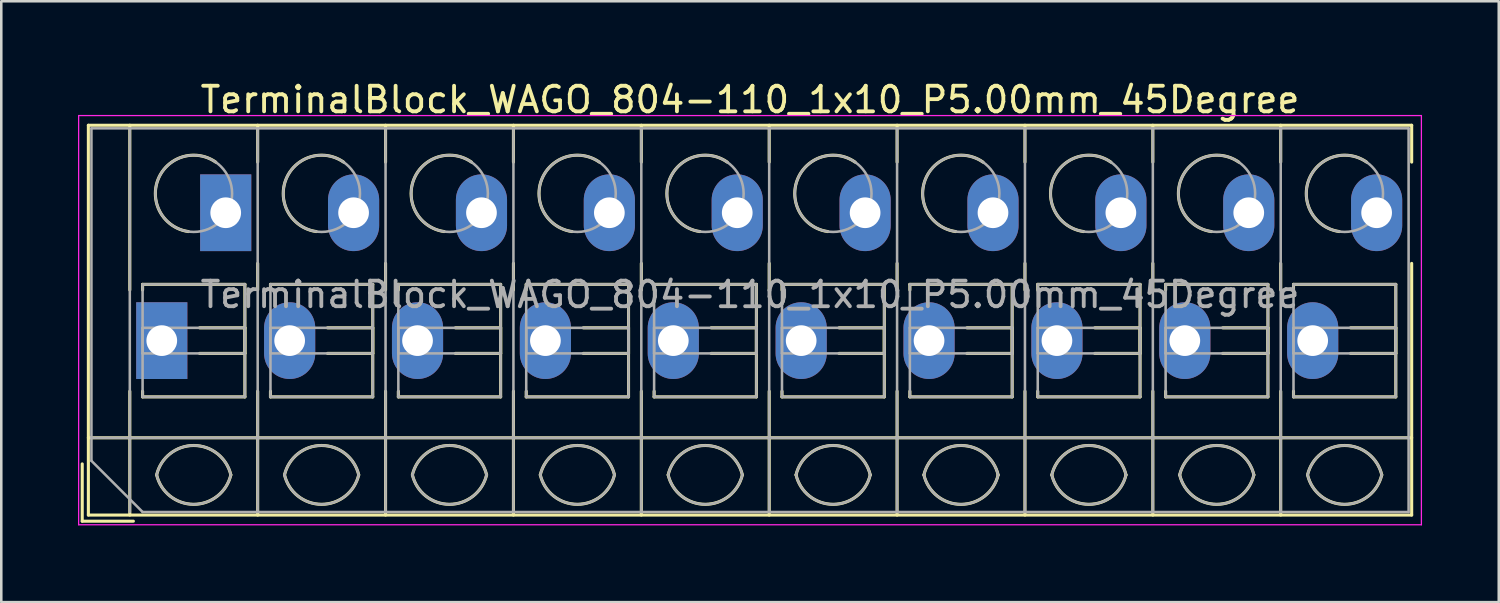
<source format=kicad_pcb>
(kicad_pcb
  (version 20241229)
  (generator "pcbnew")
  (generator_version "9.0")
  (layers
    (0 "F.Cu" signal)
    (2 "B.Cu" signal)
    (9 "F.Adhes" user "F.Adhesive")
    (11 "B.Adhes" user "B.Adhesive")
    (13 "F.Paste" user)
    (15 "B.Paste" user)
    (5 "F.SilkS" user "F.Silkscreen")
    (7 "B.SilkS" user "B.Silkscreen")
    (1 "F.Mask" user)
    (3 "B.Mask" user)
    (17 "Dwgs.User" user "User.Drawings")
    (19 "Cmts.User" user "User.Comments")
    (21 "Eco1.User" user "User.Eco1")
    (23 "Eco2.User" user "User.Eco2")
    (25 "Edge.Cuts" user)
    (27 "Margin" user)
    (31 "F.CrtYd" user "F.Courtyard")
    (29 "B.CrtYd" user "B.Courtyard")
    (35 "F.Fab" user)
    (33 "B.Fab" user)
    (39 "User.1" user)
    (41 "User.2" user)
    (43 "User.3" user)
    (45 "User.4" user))
  (footprint "TerminalBlock_WAGO_804-110_1x10_P5.00mm_45Degree"
    (layer "F.Cu")
    (at 3.275 10.268)
    (property "Reference" "TerminalBlock_WAGO_804-110_1x10_P5.00mm_45Degree" (at 23 -9.42 0) (layer "F.SilkS") (effects (font (size 1 1) (thickness 0.15))))
    (attr through_hole)
    (fp_line (start -3.11 4.82) (end -3.11 7.06) (stroke (width 0.12) (type solid)) (layer "F.SilkS"))
    (fp_line (start -3.11 7.06) (end -1.11 7.06) (stroke (width 0.12) (type solid)) (layer "F.SilkS"))
    (fp_line (start -2.87 -8.42) (end -2.87 6.82) (stroke (width 0.12) (type solid)) (layer "F.SilkS"))
    (fp_line (start -2.87 -8.42) (end 48.87 -8.42) (stroke (width 0.12) (type solid)) (layer "F.SilkS"))
    (fp_line (start -2.87 3.8) (end 48.87 3.8) (stroke (width 0.12) (type solid)) (layer "F.SilkS"))
    (fp_line (start -2.87 6.82) (end 48.87 6.82) (stroke (width 0.12) (type solid)) (layer "F.SilkS"))
    (fp_line (start -1.25 -8.42) (end -1.25 -1.98) (stroke (width 0.12) (type solid)) (layer "F.SilkS"))
    (fp_line (start -1.25 1.98) (end -1.25 6.82) (stroke (width 0.12) (type solid)) (layer "F.SilkS"))
    (fp_line (start -0.75 -2.2) (end -0.75 -1.98) (stroke (width 0.12) (type solid)) (layer "F.SilkS"))
    (fp_line (start -0.75 -2.2) (end 3.25 -2.2) (stroke (width 0.12) (type solid)) (layer "F.SilkS"))
    (fp_line (start -0.75 1.98) (end -0.75 2.2) (stroke (width 0.12) (type solid)) (layer "F.SilkS"))
    (fp_line (start -0.75 2.2) (end 3.25 2.2) (stroke (width 0.12) (type solid)) (layer "F.SilkS"))
    (fp_line (start 1.48 -0.5) (end 3.25 -0.5) (stroke (width 0.12) (type solid)) (layer "F.SilkS"))
    (fp_line (start 1.48 0.5) (end 3.25 0.5) (stroke (width 0.12) (type solid)) (layer "F.SilkS"))
    (fp_line (start 3.25 -2.2) (end 3.25 2.2) (stroke (width 0.12) (type solid)) (layer "F.SilkS"))
    (fp_line (start 3.25 -0.5) (end 3.25 0.5) (stroke (width 0.12) (type solid)) (layer "F.SilkS"))
    (fp_line (start 3.75 -8.42) (end 3.75 -6.98) (stroke (width 0.12) (type solid)) (layer "F.SilkS"))
    (fp_line (start 3.75 -3.02) (end 3.75 -1.98) (stroke (width 0.12) (type solid)) (layer "F.SilkS"))
    (fp_line (start 3.75 1.98) (end 3.75 6.82) (stroke (width 0.12) (type solid)) (layer "F.SilkS"))
    (fp_line (start 4.25 -2.2) (end 4.25 -1.98) (stroke (width 0.12) (type solid)) (layer "F.SilkS"))
    (fp_line (start 4.25 -2.2) (end 8.25 -2.2) (stroke (width 0.12) (type solid)) (layer "F.SilkS"))
    (fp_line (start 4.25 1.98) (end 4.25 2.2) (stroke (width 0.12) (type solid)) (layer "F.SilkS"))
    (fp_line (start 4.25 2.2) (end 8.25 2.2) (stroke (width 0.12) (type solid)) (layer "F.SilkS"))
    (fp_line (start 6.48 -0.5) (end 8.25 -0.5) (stroke (width 0.12) (type solid)) (layer "F.SilkS"))
    (fp_line (start 6.48 0.5) (end 8.25 0.5) (stroke (width 0.12) (type solid)) (layer "F.SilkS"))
    (fp_line (start 8.25 -2.2) (end 8.25 2.2) (stroke (width 0.12) (type solid)) (layer "F.SilkS"))
    (fp_line (start 8.25 -0.5) (end 8.25 0.5) (stroke (width 0.12) (type solid)) (layer "F.SilkS"))
    (fp_line (start 8.75 -8.42) (end 8.75 -6.98) (stroke (width 0.12) (type solid)) (layer "F.SilkS"))
    (fp_line (start 8.75 -3.02) (end 8.75 -1.98) (stroke (width 0.12) (type solid)) (layer "F.SilkS"))
    (fp_line (start 8.75 1.98) (end 8.75 6.82) (stroke (width 0.12) (type solid)) (layer "F.SilkS"))
    (fp_line (start 9.25 -2.2) (end 9.25 -1.98) (stroke (width 0.12) (type solid)) (layer "F.SilkS"))
    (fp_line (start 9.25 -2.2) (end 13.25 -2.2) (stroke (width 0.12) (type solid)) (layer "F.SilkS"))
    (fp_line (start 9.25 1.98) (end 9.25 2.2) (stroke (width 0.12) (type solid)) (layer "F.SilkS"))
    (fp_line (start 9.25 2.2) (end 13.25 2.2) (stroke (width 0.12) (type solid)) (layer "F.SilkS"))
    (fp_line (start 11.48 -0.5) (end 13.25 -0.5) (stroke (width 0.12) (type solid)) (layer "F.SilkS"))
    (fp_line (start 11.48 0.5) (end 13.25 0.5) (stroke (width 0.12) (type solid)) (layer "F.SilkS"))
    (fp_line (start 13.25 -2.2) (end 13.25 2.2) (stroke (width 0.12) (type solid)) (layer "F.SilkS"))
    (fp_line (start 13.25 -0.5) (end 13.25 0.5) (stroke (width 0.12) (type solid)) (layer "F.SilkS"))
    (fp_line (start 13.75 -8.42) (end 13.75 -6.98) (stroke (width 0.12) (type solid)) (layer "F.SilkS"))
    (fp_line (start 13.75 -3.02) (end 13.75 -1.98) (stroke (width 0.12) (type solid)) (layer "F.SilkS"))
    (fp_line (start 13.75 1.98) (end 13.75 6.82) (stroke (width 0.12) (type solid)) (layer "F.SilkS"))
    (fp_line (start 14.25 -2.2) (end 14.25 -1.98) (stroke (width 0.12) (type solid)) (layer "F.SilkS"))
    (fp_line (start 14.25 -2.2) (end 18.25 -2.2) (stroke (width 0.12) (type solid)) (layer "F.SilkS"))
    (fp_line (start 14.25 1.98) (end 14.25 2.2) (stroke (width 0.12) (type solid)) (layer "F.SilkS"))
    (fp_line (start 14.25 2.2) (end 18.25 2.2) (stroke (width 0.12) (type solid)) (layer "F.SilkS"))
    (fp_line (start 16.48 -0.5) (end 18.25 -0.5) (stroke (width 0.12) (type solid)) (layer "F.SilkS"))
    (fp_line (start 16.48 0.5) (end 18.25 0.5) (stroke (width 0.12) (type solid)) (layer "F.SilkS"))
    (fp_line (start 18.25 -2.2) (end 18.25 2.2) (stroke (width 0.12) (type solid)) (layer "F.SilkS"))
    (fp_line (start 18.25 -0.5) (end 18.25 0.5) (stroke (width 0.12) (type solid)) (layer "F.SilkS"))
    (fp_line (start 18.75 -8.42) (end 18.75 -6.98) (stroke (width 0.12) (type solid)) (layer "F.SilkS"))
    (fp_line (start 18.75 -3.02) (end 18.75 -1.98) (stroke (width 0.12) (type solid)) (layer "F.SilkS"))
    (fp_line (start 18.75 1.98) (end 18.75 6.82) (stroke (width 0.12) (type solid)) (layer "F.SilkS"))
    (fp_line (start 19.25 -2.2) (end 19.25 -1.98) (stroke (width 0.12) (type solid)) (layer "F.SilkS"))
    (fp_line (start 19.25 -2.2) (end 23.25 -2.2) (stroke (width 0.12) (type solid)) (layer "F.SilkS"))
    (fp_line (start 19.25 1.98) (end 19.25 2.2) (stroke (width 0.12) (type solid)) (layer "F.SilkS"))
    (fp_line (start 19.25 2.2) (end 23.25 2.2) (stroke (width 0.12) (type solid)) (layer "F.SilkS"))
    (fp_line (start 21.48 -0.5) (end 23.25 -0.5) (stroke (width 0.12) (type solid)) (layer "F.SilkS"))
    (fp_line (start 21.48 0.5) (end 23.25 0.5) (stroke (width 0.12) (type solid)) (layer "F.SilkS"))
    (fp_line (start 23.25 -2.2) (end 23.25 2.2) (stroke (width 0.12) (type solid)) (layer "F.SilkS"))
    (fp_line (start 23.25 -0.5) (end 23.25 0.5) (stroke (width 0.12) (type solid)) (layer "F.SilkS"))
    (fp_line (start 23.75 -8.42) (end 23.75 -6.98) (stroke (width 0.12) (type solid)) (layer "F.SilkS"))
    (fp_line (start 23.75 -3.02) (end 23.75 -1.98) (stroke (width 0.12) (type solid)) (layer "F.SilkS"))
    (fp_line (start 23.75 1.98) (end 23.75 6.82) (stroke (width 0.12) (type solid)) (layer "F.SilkS"))
    (fp_line (start 24.25 -2.2) (end 24.25 -1.98) (stroke (width 0.12) (type solid)) (layer "F.SilkS"))
    (fp_line (start 24.25 -2.2) (end 28.25 -2.2) (stroke (width 0.12) (type solid)) (layer "F.SilkS"))
    (fp_line (start 24.25 1.98) (end 24.25 2.2) (stroke (width 0.12) (type solid)) (layer "F.SilkS"))
    (fp_line (start 24.25 2.2) (end 28.25 2.2) (stroke (width 0.12) (type solid)) (layer "F.SilkS"))
    (fp_line (start 26.48 -0.5) (end 28.25 -0.5) (stroke (width 0.12) (type solid)) (layer "F.SilkS"))
    (fp_line (start 26.48 0.5) (end 28.25 0.5) (stroke (width 0.12) (type solid)) (layer "F.SilkS"))
    (fp_line (start 28.25 -2.2) (end 28.25 2.2) (stroke (width 0.12) (type solid)) (layer "F.SilkS"))
    (fp_line (start 28.25 -0.5) (end 28.25 0.5) (stroke (width 0.12) (type solid)) (layer "F.SilkS"))
    (fp_line (start 28.75 -8.42) (end 28.75 -6.98) (stroke (width 0.12) (type solid)) (layer "F.SilkS"))
    (fp_line (start 28.75 -3.02) (end 28.75 -1.98) (stroke (width 0.12) (type solid)) (layer "F.SilkS"))
    (fp_line (start 28.75 1.98) (end 28.75 6.82) (stroke (width 0.12) (type solid)) (layer "F.SilkS"))
    (fp_line (start 29.25 -2.2) (end 29.25 -1.98) (stroke (width 0.12) (type solid)) (layer "F.SilkS"))
    (fp_line (start 29.25 -2.2) (end 33.25 -2.2) (stroke (width 0.12) (type solid)) (layer "F.SilkS"))
    (fp_line (start 29.25 1.98) (end 29.25 2.2) (stroke (width 0.12) (type solid)) (layer "F.SilkS"))
    (fp_line (start 29.25 2.2) (end 33.25 2.2) (stroke (width 0.12) (type solid)) (layer "F.SilkS"))
    (fp_line (start 31.48 -0.5) (end 33.25 -0.5) (stroke (width 0.12) (type solid)) (layer "F.SilkS"))
    (fp_line (start 31.48 0.5) (end 33.25 0.5) (stroke (width 0.12) (type solid)) (layer "F.SilkS"))
    (fp_line (start 33.25 -2.2) (end 33.25 2.2) (stroke (width 0.12) (type solid)) (layer "F.SilkS"))
    (fp_line (start 33.25 -0.5) (end 33.25 0.5) (stroke (width 0.12) (type solid)) (layer "F.SilkS"))
    (fp_line (start 33.75 -8.42) (end 33.75 -6.98) (stroke (width 0.12) (type solid)) (layer "F.SilkS"))
    (fp_line (start 33.75 -3.02) (end 33.75 -1.98) (stroke (width 0.12) (type solid)) (layer "F.SilkS"))
    (fp_line (start 33.75 1.98) (end 33.75 6.82) (stroke (width 0.12) (type solid)) (layer "F.SilkS"))
    (fp_line (start 34.25 -2.2) (end 34.25 -1.98) (stroke (width 0.12) (type solid)) (layer "F.SilkS"))
    (fp_line (start 34.25 -2.2) (end 38.25 -2.2) (stroke (width 0.12) (type solid)) (layer "F.SilkS"))
    (fp_line (start 34.25 1.98) (end 34.25 2.2) (stroke (width 0.12) (type solid)) (layer "F.SilkS"))
    (fp_line (start 34.25 2.2) (end 38.25 2.2) (stroke (width 0.12) (type solid)) (layer "F.SilkS"))
    (fp_line (start 36.48 -0.5) (end 38.25 -0.5) (stroke (width 0.12) (type solid)) (layer "F.SilkS"))
    (fp_line (start 36.48 0.5) (end 38.25 0.5) (stroke (width 0.12) (type solid)) (layer "F.SilkS"))
    (fp_line (start 38.25 -2.2) (end 38.25 2.2) (stroke (width 0.12) (type solid)) (layer "F.SilkS"))
    (fp_line (start 38.25 -0.5) (end 38.25 0.5) (stroke (width 0.12) (type solid)) (layer "F.SilkS"))
    (fp_line (start 38.75 -8.42) (end 38.75 -6.98) (stroke (width 0.12) (type solid)) (layer "F.SilkS"))
    (fp_line (start 38.75 -3.02) (end 38.75 -1.98) (stroke (width 0.12) (type solid)) (layer "F.SilkS"))
    (fp_line (start 38.75 1.98) (end 38.75 6.82) (stroke (width 0.12) (type solid)) (layer "F.SilkS"))
    (fp_line (start 39.25 -2.2) (end 39.25 -1.98) (stroke (width 0.12) (type solid)) (layer "F.SilkS"))
    (fp_line (start 39.25 -2.2) (end 43.25 -2.2) (stroke (width 0.12) (type solid)) (layer "F.SilkS"))
    (fp_line (start 39.25 1.98) (end 39.25 2.2) (stroke (width 0.12) (type solid)) (layer "F.SilkS"))
    (fp_line (start 39.25 2.2) (end 43.25 2.2) (stroke (width 0.12) (type solid)) (layer "F.SilkS"))
    (fp_line (start 41.48 -0.5) (end 43.25 -0.5) (stroke (width 0.12) (type solid)) (layer "F.SilkS"))
    (fp_line (start 41.48 0.5) (end 43.25 0.5) (stroke (width 0.12) (type solid)) (layer "F.SilkS"))
    (fp_line (start 43.25 -2.2) (end 43.25 2.2) (stroke (width 0.12) (type solid)) (layer "F.SilkS"))
    (fp_line (start 43.25 -0.5) (end 43.25 0.5) (stroke (width 0.12) (type solid)) (layer "F.SilkS"))
    (fp_line (start 43.75 -8.42) (end 43.75 -6.98) (stroke (width 0.12) (type solid)) (layer "F.SilkS"))
    (fp_line (start 43.75 -3.02) (end 43.75 -1.98) (stroke (width 0.12) (type solid)) (layer "F.SilkS"))
    (fp_line (start 43.75 1.98) (end 43.75 6.82) (stroke (width 0.12) (type solid)) (layer "F.SilkS"))
    (fp_line (start 44.25 -2.2) (end 44.25 -1.98) (stroke (width 0.12) (type solid)) (layer "F.SilkS"))
    (fp_line (start 44.25 -2.2) (end 48.25 -2.2) (stroke (width 0.12) (type solid)) (layer "F.SilkS"))
    (fp_line (start 44.25 1.98) (end 44.25 2.2) (stroke (width 0.12) (type solid)) (layer "F.SilkS"))
    (fp_line (start 44.25 2.2) (end 48.25 2.2) (stroke (width 0.12) (type solid)) (layer "F.SilkS"))
    (fp_line (start 46.48 -0.5) (end 48.25 -0.5) (stroke (width 0.12) (type solid)) (layer "F.SilkS"))
    (fp_line (start 46.48 0.5) (end 48.25 0.5) (stroke (width 0.12) (type solid)) (layer "F.SilkS"))
    (fp_line (start 48.25 -2.2) (end 48.25 2.2) (stroke (width 0.12) (type solid)) (layer "F.SilkS"))
    (fp_line (start 48.25 -0.5) (end 48.25 0.5) (stroke (width 0.12) (type solid)) (layer "F.SilkS"))
    (fp_line (start 48.87 -8.42) (end 48.87 -6.98) (stroke (width 0.12) (type solid)) (layer "F.SilkS"))
    (fp_line (start 48.87 -3.02) (end 48.87 6.82) (stroke (width 0.12) (type solid)) (layer "F.SilkS"))
    (fp_arc (start -0.200865 5.250424) (mid 1.250296 4.099926) (end 2.701 5.251) (stroke (width 0.12) (type solid)) (layer "F.SilkS"))
    (fp_arc (start 1.040798 -4.264067) (mid -0.146039 -6.300306) (end 2.111 -6.979) (stroke (width 0.12) (type solid)) (layer "F.SilkS"))
    (fp_arc (start 2.7 5.25) (mid 1.250068 6.400101) (end -0.199969 5.250133) (stroke (width 0.12) (type solid)) (layer "F.SilkS"))
    (fp_arc (start 4.799135 5.250424) (mid 6.250296 4.099926) (end 7.701 5.251) (stroke (width 0.12) (type solid)) (layer "F.SilkS"))
    (fp_arc (start 6.040798 -4.264067) (mid 4.853961 -6.300306) (end 7.111 -6.979) (stroke (width 0.12) (type solid)) (layer "F.SilkS"))
    (fp_arc (start 7.7 5.25) (mid 6.250068 6.400101) (end 4.800031 5.250133) (stroke (width 0.12) (type solid)) (layer "F.SilkS"))
    (fp_arc (start 9.799135 5.250424) (mid 11.250296 4.099926) (end 12.701 5.251) (stroke (width 0.12) (type solid)) (layer "F.SilkS"))
    (fp_arc (start 11.040798 -4.264067) (mid 9.853961 -6.300306) (end 12.111 -6.979) (stroke (width 0.12) (type solid)) (layer "F.SilkS"))
    (fp_arc (start 12.7 5.25) (mid 11.250068 6.400101) (end 9.800031 5.250133) (stroke (width 0.12) (type solid)) (layer "F.SilkS"))
    (fp_arc (start 14.799135 5.250424) (mid 16.250296 4.099926) (end 17.701 5.251) (stroke (width 0.12) (type solid)) (layer "F.SilkS"))
    (fp_arc (start 16.040798 -4.264067) (mid 14.853961 -6.300306) (end 17.111 -6.979) (stroke (width 0.12) (type solid)) (layer "F.SilkS"))
    (fp_arc (start 17.7 5.25) (mid 16.250068 6.400101) (end 14.800031 5.250133) (stroke (width 0.12) (type solid)) (layer "F.SilkS"))
    (fp_arc (start 19.799135 5.250424) (mid 21.250296 4.099926) (end 22.701 5.251) (stroke (width 0.12) (type solid)) (layer "F.SilkS"))
    (fp_arc (start 21.040798 -4.264067) (mid 19.853961 -6.300306) (end 22.111 -6.979) (stroke (width 0.12) (type solid)) (layer "F.SilkS"))
    (fp_arc (start 22.7 5.25) (mid 21.250068 6.400101) (end 19.800031 5.250133) (stroke (width 0.12) (type solid)) (layer "F.SilkS"))
    (fp_arc (start 24.799135 5.250424) (mid 26.250296 4.099926) (end 27.701 5.251) (stroke (width 0.12) (type solid)) (layer "F.SilkS"))
    (fp_arc (start 26.040798 -4.264067) (mid 24.853961 -6.300306) (end 27.111 -6.979) (stroke (width 0.12) (type solid)) (layer "F.SilkS"))
    (fp_arc (start 27.7 5.25) (mid 26.250068 6.400101) (end 24.800031 5.250133) (stroke (width 0.12) (type solid)) (layer "F.SilkS"))
    (fp_arc (start 29.799135 5.250424) (mid 31.250296 4.099926) (end 32.701 5.251) (stroke (width 0.12) (type solid)) (layer "F.SilkS"))
    (fp_arc (start 31.040798 -4.264067) (mid 29.853961 -6.300306) (end 32.111 -6.979) (stroke (width 0.12) (type solid)) (layer "F.SilkS"))
    (fp_arc (start 32.701 5.25) (mid 31.250296 6.401074) (end 29.799135 5.250576) (stroke (width 0.12) (type solid)) (layer "F.SilkS"))
    (fp_arc (start 34.799135 5.250424) (mid 36.250296 4.099926) (end 37.701 5.251) (stroke (width 0.12) (type solid)) (layer "F.SilkS"))
    (fp_arc (start 36.040798 -4.264067) (mid 34.853961 -6.300306) (end 37.111 -6.979) (stroke (width 0.12) (type solid)) (layer "F.SilkS"))
    (fp_arc (start 37.7 5.25) (mid 36.250068 6.400101) (end 34.800031 5.250133) (stroke (width 0.12) (type solid)) (layer "F.SilkS"))
    (fp_arc (start 39.799135 5.250424) (mid 41.250296 4.099926) (end 42.701 5.251) (stroke (width 0.12) (type solid)) (layer "F.SilkS"))
    (fp_arc (start 41.040798 -4.264067) (mid 39.853961 -6.300306) (end 42.111 -6.979) (stroke (width 0.12) (type solid)) (layer "F.SilkS"))
    (fp_arc (start 42.7 5.25) (mid 41.250068 6.400101) (end 39.800031 5.250133) (stroke (width 0.12) (type solid)) (layer "F.SilkS"))
    (fp_arc (start 44.799135 5.250424) (mid 46.250296 4.099926) (end 47.701 5.251) (stroke (width 0.12) (type solid)) (layer "F.SilkS"))
    (fp_arc (start 46.040798 -4.264067) (mid 44.853961 -6.300306) (end 47.111 -6.979) (stroke (width 0.12) (type solid)) (layer "F.SilkS"))
    (fp_arc (start 47.7 5.25) (mid 46.250068 6.400101) (end 44.800031 5.250133) (stroke (width 0.12) (type solid)) (layer "F.SilkS"))
    (fp_line (start -3.25 -8.8) (end -3.25 7.2) (stroke (width 0.05) (type solid)) (layer "F.CrtYd"))
    (fp_line (start -3.25 7.2) (end 49.25 7.2) (stroke (width 0.05) (type solid)) (layer "F.CrtYd"))
    (fp_line (start 49.25 -8.8) (end -3.25 -8.8) (stroke (width 0.05) (type solid)) (layer "F.CrtYd"))
    (fp_line (start 49.25 7.2) (end 49.25 -8.8) (stroke (width 0.05) (type solid)) (layer "F.CrtYd"))
    (fp_line (start -2.75 -8.3) (end 48.75 -8.3) (stroke (width 0.1) (type solid)) (layer "F.Fab"))
    (fp_line (start -2.75 3.8) (end 48.75 3.8) (stroke (width 0.1) (type solid)) (layer "F.Fab"))
    (fp_line (start -2.75 4.7) (end -2.75 -8.3) (stroke (width 0.1) (type solid)) (layer "F.Fab"))
    (fp_line (start -1.25 -8.3) (end -1.25 6.7) (stroke (width 0.1) (type solid)) (layer "F.Fab"))
    (fp_line (start -0.75 -2.2) (end -0.75 2.2) (stroke (width 0.1) (type solid)) (layer "F.Fab"))
    (fp_line (start -0.75 -0.5) (end -0.75 0.5) (stroke (width 0.1) (type solid)) (layer "F.Fab"))
    (fp_line (start -0.75 0.5) (end 3.25 0.5) (stroke (width 0.1) (type solid)) (layer "F.Fab"))
    (fp_line (start -0.75 2.2) (end 3.25 2.2) (stroke (width 0.1) (type solid)) (layer "F.Fab"))
    (fp_line (start -0.75 6.7) (end -2.75 4.7) (stroke (width 0.1) (type solid)) (layer "F.Fab"))
    (fp_line (start 3.25 -2.2) (end -0.75 -2.2) (stroke (width 0.1) (type solid)) (layer "F.Fab"))
    (fp_line (start 3.25 -0.5) (end -0.75 -0.5) (stroke (width 0.1) (type solid)) (layer "F.Fab"))
    (fp_line (start 3.25 0.5) (end 3.25 -0.5) (stroke (width 0.1) (type solid)) (layer "F.Fab"))
    (fp_line (start 3.25 2.2) (end 3.25 -2.2) (stroke (width 0.1) (type solid)) (layer "F.Fab"))
    (fp_line (start 3.75 -8.3) (end 3.75 6.7) (stroke (width 0.1) (type solid)) (layer "F.Fab"))
    (fp_line (start 4.25 -2.2) (end 4.25 2.2) (stroke (width 0.1) (type solid)) (layer "F.Fab"))
    (fp_line (start 4.25 -0.5) (end 4.25 0.5) (stroke (width 0.1) (type solid)) (layer "F.Fab"))
    (fp_line (start 4.25 0.5) (end 8.25 0.5) (stroke (width 0.1) (type solid)) (layer "F.Fab"))
    (fp_line (start 4.25 2.2) (end 8.25 2.2) (stroke (width 0.1) (type solid)) (layer "F.Fab"))
    (fp_line (start 8.25 -2.2) (end 4.25 -2.2) (stroke (width 0.1) (type solid)) (layer "F.Fab"))
    (fp_line (start 8.25 -0.5) (end 4.25 -0.5) (stroke (width 0.1) (type solid)) (layer "F.Fab"))
    (fp_line (start 8.25 0.5) (end 8.25 -0.5) (stroke (width 0.1) (type solid)) (layer "F.Fab"))
    (fp_line (start 8.25 2.2) (end 8.25 -2.2) (stroke (width 0.1) (type solid)) (layer "F.Fab"))
    (fp_line (start 8.75 -8.3) (end 8.75 6.7) (stroke (width 0.1) (type solid)) (layer "F.Fab"))
    (fp_line (start 9.25 -2.2) (end 9.25 2.2) (stroke (width 0.1) (type solid)) (layer "F.Fab"))
    (fp_line (start 9.25 -0.5) (end 9.25 0.5) (stroke (width 0.1) (type solid)) (layer "F.Fab"))
    (fp_line (start 9.25 0.5) (end 13.25 0.5) (stroke (width 0.1) (type solid)) (layer "F.Fab"))
    (fp_line (start 9.25 2.2) (end 13.25 2.2) (stroke (width 0.1) (type solid)) (layer "F.Fab"))
    (fp_line (start 13.25 -2.2) (end 9.25 -2.2) (stroke (width 0.1) (type solid)) (layer "F.Fab"))
    (fp_line (start 13.25 -0.5) (end 9.25 -0.5) (stroke (width 0.1) (type solid)) (layer "F.Fab"))
    (fp_line (start 13.25 0.5) (end 13.25 -0.5) (stroke (width 0.1) (type solid)) (layer "F.Fab"))
    (fp_line (start 13.25 2.2) (end 13.25 -2.2) (stroke (width 0.1) (type solid)) (layer "F.Fab"))
    (fp_line (start 13.75 -8.3) (end 13.75 6.7) (stroke (width 0.1) (type solid)) (layer "F.Fab"))
    (fp_line (start 14.25 -2.2) (end 14.25 2.2) (stroke (width 0.1) (type solid)) (layer "F.Fab"))
    (fp_line (start 14.25 -0.5) (end 14.25 0.5) (stroke (width 0.1) (type solid)) (layer "F.Fab"))
    (fp_line (start 14.25 0.5) (end 18.25 0.5) (stroke (width 0.1) (type solid)) (layer "F.Fab"))
    (fp_line (start 14.25 2.2) (end 18.25 2.2) (stroke (width 0.1) (type solid)) (layer "F.Fab"))
    (fp_line (start 18.25 -2.2) (end 14.25 -2.2) (stroke (width 0.1) (type solid)) (layer "F.Fab"))
    (fp_line (start 18.25 -0.5) (end 14.25 -0.5) (stroke (width 0.1) (type solid)) (layer "F.Fab"))
    (fp_line (start 18.25 0.5) (end 18.25 -0.5) (stroke (width 0.1) (type solid)) (layer "F.Fab"))
    (fp_line (start 18.25 2.2) (end 18.25 -2.2) (stroke (width 0.1) (type solid)) (layer "F.Fab"))
    (fp_line (start 18.75 -8.3) (end 18.75 6.7) (stroke (width 0.1) (type solid)) (layer "F.Fab"))
    (fp_line (start 19.25 -2.2) (end 19.25 2.2) (stroke (width 0.1) (type solid)) (layer "F.Fab"))
    (fp_line (start 19.25 -0.5) (end 19.25 0.5) (stroke (width 0.1) (type solid)) (layer "F.Fab"))
    (fp_line (start 19.25 0.5) (end 23.25 0.5) (stroke (width 0.1) (type solid)) (layer "F.Fab"))
    (fp_line (start 19.25 2.2) (end 23.25 2.2) (stroke (width 0.1) (type solid)) (layer "F.Fab"))
    (fp_line (start 23.25 -2.2) (end 19.25 -2.2) (stroke (width 0.1) (type solid)) (layer "F.Fab"))
    (fp_line (start 23.25 -0.5) (end 19.25 -0.5) (stroke (width 0.1) (type solid)) (layer "F.Fab"))
    (fp_line (start 23.25 0.5) (end 23.25 -0.5) (stroke (width 0.1) (type solid)) (layer "F.Fab"))
    (fp_line (start 23.25 2.2) (end 23.25 -2.2) (stroke (width 0.1) (type solid)) (layer "F.Fab"))
    (fp_line (start 23.75 -8.3) (end 23.75 6.7) (stroke (width 0.1) (type solid)) (layer "F.Fab"))
    (fp_line (start 24.25 -2.2) (end 24.25 2.2) (stroke (width 0.1) (type solid)) (layer "F.Fab"))
    (fp_line (start 24.25 -0.5) (end 24.25 0.5) (stroke (width 0.1) (type solid)) (layer "F.Fab"))
    (fp_line (start 24.25 0.5) (end 28.25 0.5) (stroke (width 0.1) (type solid)) (layer "F.Fab"))
    (fp_line (start 24.25 2.2) (end 28.25 2.2) (stroke (width 0.1) (type solid)) (layer "F.Fab"))
    (fp_line (start 28.25 -2.2) (end 24.25 -2.2) (stroke (width 0.1) (type solid)) (layer "F.Fab"))
    (fp_line (start 28.25 -0.5) (end 24.25 -0.5) (stroke (width 0.1) (type solid)) (layer "F.Fab"))
    (fp_line (start 28.25 0.5) (end 28.25 -0.5) (stroke (width 0.1) (type solid)) (layer "F.Fab"))
    (fp_line (start 28.25 2.2) (end 28.25 -2.2) (stroke (width 0.1) (type solid)) (layer "F.Fab"))
    (fp_line (start 28.75 -8.3) (end 28.75 6.7) (stroke (width 0.1) (type solid)) (layer "F.Fab"))
    (fp_line (start 29.25 -2.2) (end 29.25 2.2) (stroke (width 0.1) (type solid)) (layer "F.Fab"))
    (fp_line (start 29.25 -0.5) (end 29.25 0.5) (stroke (width 0.1) (type solid)) (layer "F.Fab"))
    (fp_line (start 29.25 0.5) (end 33.25 0.5) (stroke (width 0.1) (type solid)) (layer "F.Fab"))
    (fp_line (start 29.25 2.2) (end 33.25 2.2) (stroke (width 0.1) (type solid)) (layer "F.Fab"))
    (fp_line (start 33.25 -2.2) (end 29.25 -2.2) (stroke (width 0.1) (type solid)) (layer "F.Fab"))
    (fp_line (start 33.25 -0.5) (end 29.25 -0.5) (stroke (width 0.1) (type solid)) (layer "F.Fab"))
    (fp_line (start 33.25 0.5) (end 33.25 -0.5) (stroke (width 0.1) (type solid)) (layer "F.Fab"))
    (fp_line (start 33.25 2.2) (end 33.25 -2.2) (stroke (width 0.1) (type solid)) (layer "F.Fab"))
    (fp_line (start 33.75 -8.3) (end 33.75 6.7) (stroke (width 0.1) (type solid)) (layer "F.Fab"))
    (fp_line (start 34.25 -2.2) (end 34.25 2.2) (stroke (width 0.1) (type solid)) (layer "F.Fab"))
    (fp_line (start 34.25 -0.5) (end 34.25 0.5) (stroke (width 0.1) (type solid)) (layer "F.Fab"))
    (fp_line (start 34.25 0.5) (end 38.25 0.5) (stroke (width 0.1) (type solid)) (layer "F.Fab"))
    (fp_line (start 34.25 2.2) (end 38.25 2.2) (stroke (width 0.1) (type solid)) (layer "F.Fab"))
    (fp_line (start 38.25 -2.2) (end 34.25 -2.2) (stroke (width 0.1) (type solid)) (layer "F.Fab"))
    (fp_line (start 38.25 -0.5) (end 34.25 -0.5) (stroke (width 0.1) (type solid)) (layer "F.Fab"))
    (fp_line (start 38.25 0.5) (end 38.25 -0.5) (stroke (width 0.1) (type solid)) (layer "F.Fab"))
    (fp_line (start 38.25 2.2) (end 38.25 -2.2) (stroke (width 0.1) (type solid)) (layer "F.Fab"))
    (fp_line (start 38.75 -8.3) (end 38.75 6.7) (stroke (width 0.1) (type solid)) (layer "F.Fab"))
    (fp_line (start 39.25 -2.2) (end 39.25 2.2) (stroke (width 0.1) (type solid)) (layer "F.Fab"))
    (fp_line (start 39.25 -0.5) (end 39.25 0.5) (stroke (width 0.1) (type solid)) (layer "F.Fab"))
    (fp_line (start 39.25 0.5) (end 43.25 0.5) (stroke (width 0.1) (type solid)) (layer "F.Fab"))
    (fp_line (start 39.25 2.2) (end 43.25 2.2) (stroke (width 0.1) (type solid)) (layer "F.Fab"))
    (fp_line (start 43.25 -2.2) (end 39.25 -2.2) (stroke (width 0.1) (type solid)) (layer "F.Fab"))
    (fp_line (start 43.25 -0.5) (end 39.25 -0.5) (stroke (width 0.1) (type solid)) (layer "F.Fab"))
    (fp_line (start 43.25 0.5) (end 43.25 -0.5) (stroke (width 0.1) (type solid)) (layer "F.Fab"))
    (fp_line (start 43.25 2.2) (end 43.25 -2.2) (stroke (width 0.1) (type solid)) (layer "F.Fab"))
    (fp_line (start 43.75 -8.3) (end 43.75 6.7) (stroke (width 0.1) (type solid)) (layer "F.Fab"))
    (fp_line (start 44.25 -2.2) (end 44.25 2.2) (stroke (width 0.1) (type solid)) (layer "F.Fab"))
    (fp_line (start 44.25 -0.5) (end 44.25 0.5) (stroke (width 0.1) (type solid)) (layer "F.Fab"))
    (fp_line (start 44.25 0.5) (end 48.25 0.5) (stroke (width 0.1) (type solid)) (layer "F.Fab"))
    (fp_line (start 44.25 2.2) (end 48.25 2.2) (stroke (width 0.1) (type solid)) (layer "F.Fab"))
    (fp_line (start 48.25 -2.2) (end 44.25 -2.2) (stroke (width 0.1) (type solid)) (layer "F.Fab"))
    (fp_line (start 48.25 -0.5) (end 44.25 -0.5) (stroke (width 0.1) (type solid)) (layer "F.Fab"))
    (fp_line (start 48.25 0.5) (end 48.25 -0.5) (stroke (width 0.1) (type solid)) (layer "F.Fab"))
    (fp_line (start 48.25 2.2) (end 48.25 -2.2) (stroke (width 0.1) (type solid)) (layer "F.Fab"))
    (fp_line (start 48.75 -8.3) (end 48.75 6.7) (stroke (width 0.1) (type solid)) (layer "F.Fab"))
    (fp_line (start 48.75 6.7) (end -0.75 6.7) (stroke (width 0.1) (type solid)) (layer "F.Fab"))
    (fp_arc (start -0.200865 5.250424) (mid 1.250296 4.099926) (end 2.701 5.251) (stroke (width 0.1) (type solid)) (layer "F.Fab"))
    (fp_arc (start 2.7 5.25) (mid 1.250068 6.400101) (end -0.199969 5.250133) (stroke (width 0.1) (type solid)) (layer "F.Fab"))
    (fp_arc (start 4.799135 5.250424) (mid 6.250296 4.099926) (end 7.701 5.251) (stroke (width 0.1) (type solid)) (layer "F.Fab"))
    (fp_arc (start 7.7 5.25) (mid 6.250068 6.400101) (end 4.800031 5.250133) (stroke (width 0.1) (type solid)) (layer "F.Fab"))
    (fp_arc (start 9.799135 5.250424) (mid 11.250296 4.099926) (end 12.701 5.251) (stroke (width 0.1) (type solid)) (layer "F.Fab"))
    (fp_arc (start 12.7 5.25) (mid 11.250068 6.400101) (end 9.800031 5.250133) (stroke (width 0.1) (type solid)) (layer "F.Fab"))
    (fp_arc (start 14.799135 5.250424) (mid 16.250296 4.099926) (end 17.701 5.251) (stroke (width 0.1) (type solid)) (layer "F.Fab"))
    (fp_arc (start 17.7 5.25) (mid 16.250068 6.400101) (end 14.800031 5.250133) (stroke (width 0.1) (type solid)) (layer "F.Fab"))
    (fp_arc (start 19.799135 5.250424) (mid 21.250296 4.099926) (end 22.701 5.251) (stroke (width 0.1) (type solid)) (layer "F.Fab"))
    (fp_arc (start 22.7 5.25) (mid 21.250068 6.400101) (end 19.800031 5.250133) (stroke (width 0.1) (type solid)) (layer "F.Fab"))
    (fp_arc (start 24.799135 5.250424) (mid 26.250296 4.099926) (end 27.701 5.251) (stroke (width 0.1) (type solid)) (layer "F.Fab"))
    (fp_arc (start 27.7 5.25) (mid 26.250068 6.400101) (end 24.800031 5.250133) (stroke (width 0.1) (type solid)) (layer "F.Fab"))
    (fp_arc (start 29.799135 5.250424) (mid 31.250296 4.099926) (end 32.701 5.251) (stroke (width 0.1) (type solid)) (layer "F.Fab"))
    (fp_arc (start 32.701 5.25) (mid 31.250296 6.401074) (end 29.799135 5.250576) (stroke (width 0.1) (type solid)) (layer "F.Fab"))
    (fp_arc (start 34.799135 5.250424) (mid 36.250296 4.099926) (end 37.701 5.251) (stroke (width 0.1) (type solid)) (layer "F.Fab"))
    (fp_arc (start 37.7 5.25) (mid 36.250068 6.400101) (end 34.800031 5.250133) (stroke (width 0.1) (type solid)) (layer "F.Fab"))
    (fp_arc (start 39.799135 5.250424) (mid 41.250296 4.099926) (end 42.701 5.251) (stroke (width 0.1) (type solid)) (layer "F.Fab"))
    (fp_arc (start 42.7 5.25) (mid 41.250068 6.400101) (end 39.800031 5.250133) (stroke (width 0.1) (type solid)) (layer "F.Fab"))
    (fp_arc (start 44.799135 5.250424) (mid 46.250296 4.099926) (end 47.701 5.251) (stroke (width 0.1) (type solid)) (layer "F.Fab"))
    (fp_arc (start 47.7 5.25) (mid 46.250068 6.400101) (end 44.800031 5.250133) (stroke (width 0.1) (type solid)) (layer "F.Fab"))
    (fp_circle (center 1.25 -5.75) (end 2.75 -5.75) (stroke (width 0.1) (type solid)) (fill no) (layer "F.Fab"))
    (fp_circle (center 6.25 -5.75) (end 7.75 -5.75) (stroke (width 0.1) (type solid)) (fill no) (layer "F.Fab"))
    (fp_circle (center 11.25 -5.75) (end 12.75 -5.75) (stroke (width 0.1) (type solid)) (fill no) (layer "F.Fab"))
    (fp_circle (center 16.25 -5.75) (end 17.75 -5.75) (stroke (width 0.1) (type solid)) (fill no) (layer "F.Fab"))
    (fp_circle (center 21.25 -5.75) (end 22.75 -5.75) (stroke (width 0.1) (type solid)) (fill no) (layer "F.Fab"))
    (fp_circle (center 26.25 -5.75) (end 27.75 -5.75) (stroke (width 0.1) (type solid)) (fill no) (layer "F.Fab"))
    (fp_circle (center 31.25 -5.75) (end 32.75 -5.75) (stroke (width 0.1) (type solid)) (fill no) (layer "F.Fab"))
    (fp_circle (center 36.25 -5.75) (end 37.75 -5.75) (stroke (width 0.1) (type solid)) (fill no) (layer "F.Fab"))
    (fp_circle (center 41.25 -5.75) (end 42.75 -5.75) (stroke (width 0.1) (type solid)) (fill no) (layer "F.Fab"))
    (fp_circle (center 46.25 -5.75) (end 47.75 -5.75) (stroke (width 0.1) (type solid)) (fill no) (layer "F.Fab"))
    (fp_text user "${REFERENCE}" (at 23 -1.8 0) (layer "F.Fab") (effects (font (size 1 1) (thickness 0.15))))
    (pad "1" thru_hole rect (at 0 0) (size 2 3) (drill 1.2) (layers "*.Cu" "*.Mask"))
    (pad "1" thru_hole rect (at 2.5 -5) (size 2 3) (drill 1.2) (layers "*.Cu" "*.Mask"))
    (pad "2" thru_hole oval (at 5 0) (size 2 3) (drill 1.2) (layers "*.Cu" "*.Mask"))
    (pad "2" thru_hole oval (at 7.5 -5) (size 2 3) (drill 1.2) (layers "*.Cu" "*.Mask"))
    (pad "3" thru_hole oval (at 10 0) (size 2 3) (drill 1.2) (layers "*.Cu" "*.Mask"))
    (pad "3" thru_hole oval (at 12.5 -5) (size 2 3) (drill 1.2) (layers "*.Cu" "*.Mask"))
    (pad "4" thru_hole oval (at 15 0) (size 2 3) (drill 1.2) (layers "*.Cu" "*.Mask"))
    (pad "4" thru_hole oval (at 17.5 -5) (size 2 3) (drill 1.2) (layers "*.Cu" "*.Mask"))
    (pad "5" thru_hole oval (at 20 0) (size 2 3) (drill 1.2) (layers "*.Cu" "*.Mask"))
    (pad "5" thru_hole oval (at 22.5 -5) (size 2 3) (drill 1.2) (layers "*.Cu" "*.Mask"))
    (pad "6" thru_hole oval (at 25 0) (size 2 3) (drill 1.2) (layers "*.Cu" "*.Mask"))
    (pad "6" thru_hole oval (at 27.5 -5) (size 2 3) (drill 1.2) (layers "*.Cu" "*.Mask"))
    (pad "7" thru_hole oval (at 30 0) (size 2 3) (drill 1.2) (layers "*.Cu" "*.Mask"))
    (pad "7" thru_hole oval (at 32.5 -5) (size 2 3) (drill 1.2) (layers "*.Cu" "*.Mask"))
    (pad "8" thru_hole oval (at 35 0) (size 2 3) (drill 1.2) (layers "*.Cu" "*.Mask"))
    (pad "8" thru_hole oval (at 37.5 -5) (size 2 3) (drill 1.2) (layers "*.Cu" "*.Mask"))
    (pad "9" thru_hole oval (at 40 0) (size 2 3) (drill 1.2) (layers "*.Cu" "*.Mask"))
    (pad "9" thru_hole oval (at 42.5 -5) (size 2 3) (drill 1.2) (layers "*.Cu" "*.Mask"))
    (pad "10" thru_hole oval (at 45 0) (size 2 3) (drill 1.2) (layers "*.Cu" "*.Mask"))
    (pad "10" thru_hole oval (at 47.5 -5) (size 2 3) (drill 1.2) (layers "*.Cu" "*.Mask")))
  (gr_rect
    (start -3 -3)
    (end 55.55 20.493)
    (stroke (width 0.1) (type default))
    (fill no)
    (layer "Edge.Cuts")))
</source>
